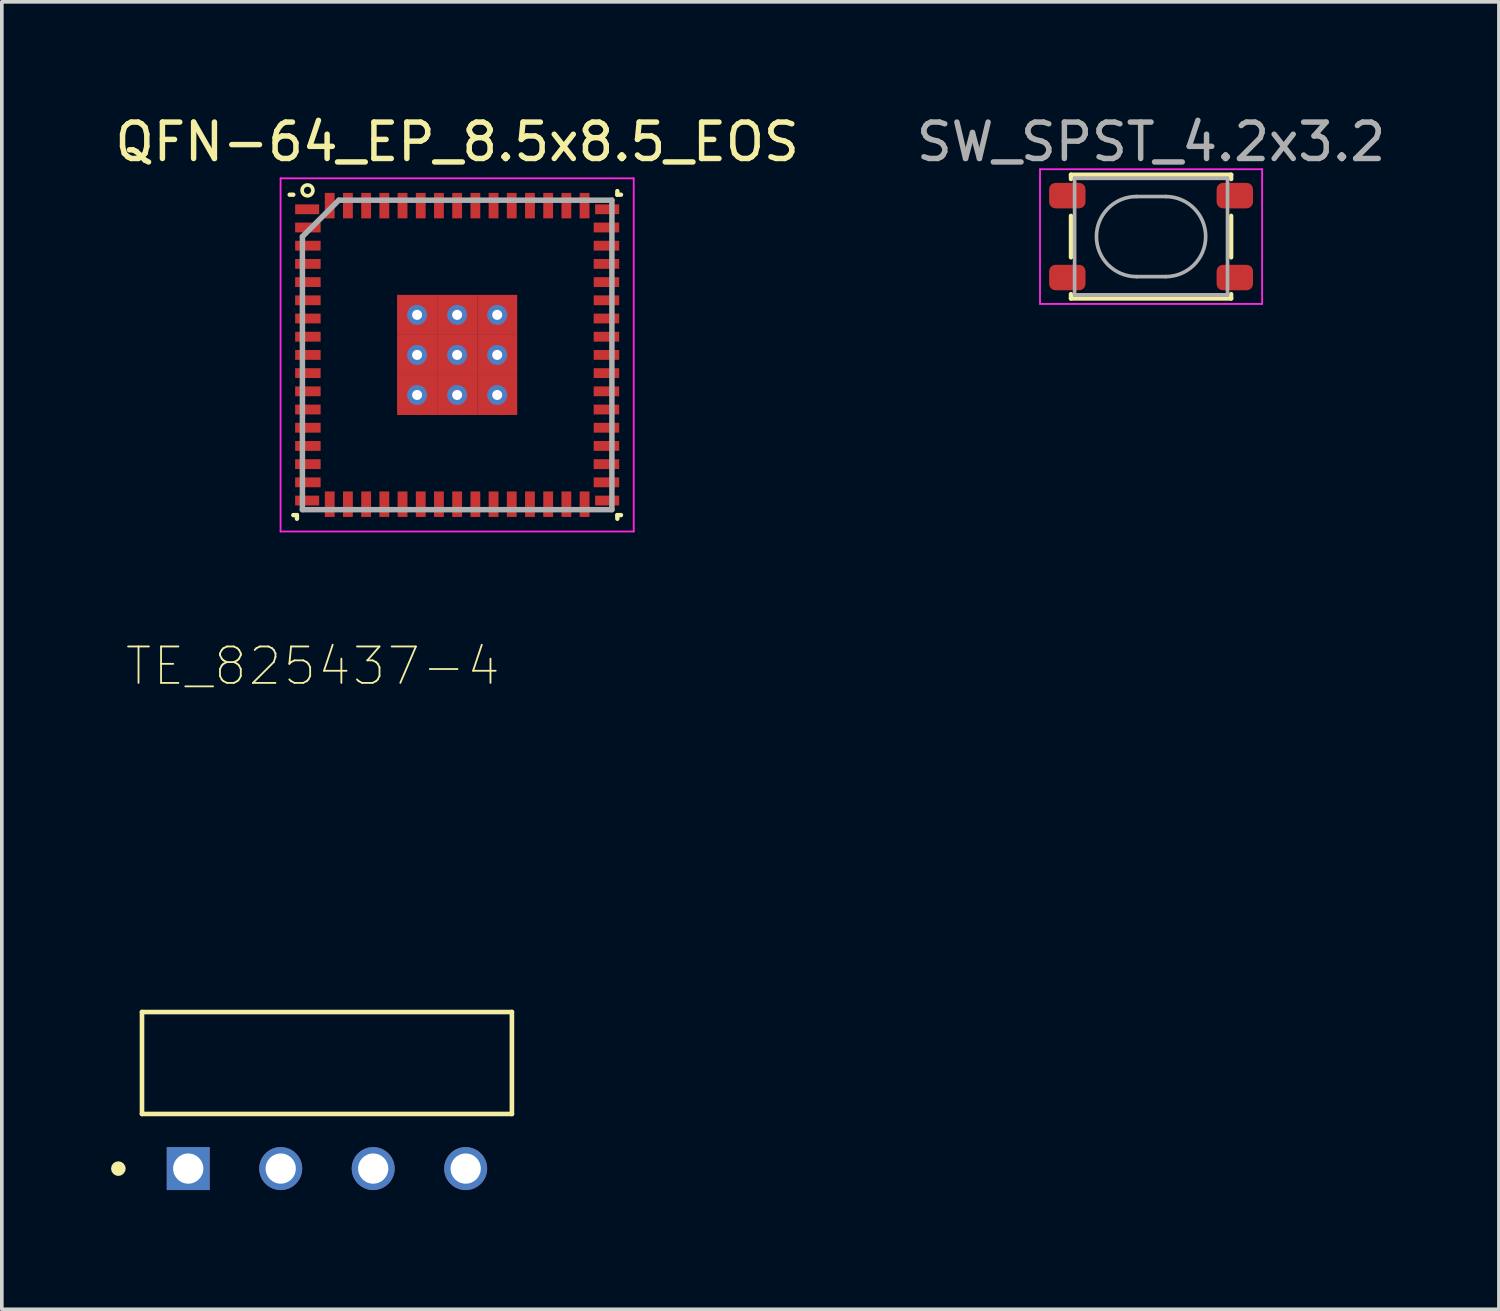
<source format=kicad_pcb>
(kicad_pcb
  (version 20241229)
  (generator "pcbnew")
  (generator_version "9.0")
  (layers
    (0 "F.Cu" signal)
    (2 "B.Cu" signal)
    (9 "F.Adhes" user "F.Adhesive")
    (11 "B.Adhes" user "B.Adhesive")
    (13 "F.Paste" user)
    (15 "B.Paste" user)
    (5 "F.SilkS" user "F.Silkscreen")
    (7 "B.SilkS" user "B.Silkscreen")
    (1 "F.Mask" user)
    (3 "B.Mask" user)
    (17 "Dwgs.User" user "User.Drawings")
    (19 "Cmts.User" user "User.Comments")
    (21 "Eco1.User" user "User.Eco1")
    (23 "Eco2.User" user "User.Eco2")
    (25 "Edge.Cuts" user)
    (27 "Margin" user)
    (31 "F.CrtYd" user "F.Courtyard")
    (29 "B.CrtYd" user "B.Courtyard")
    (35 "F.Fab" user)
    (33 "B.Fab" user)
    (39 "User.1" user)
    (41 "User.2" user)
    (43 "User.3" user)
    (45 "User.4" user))
  (footprint "SW_SPST_4.2x3.2"
    (layer "F.Cu")
    (at 28.565 3.448)
    (property "Reference" "SW_SPST_4.2x3.2" (at 0 -2.6 0) (layer "F.Fab") (effects (font (size 1 1) (thickness 0.15))))
    (attr smd)
    (fp_line (start -2.2 -1.7) (end -2.2 -1.58) (stroke (width 0.12) (type solid)) (layer "F.SilkS"))
    (fp_line (start -2.2 -0.57) (end -2.2 0.57) (stroke (width 0.12) (type solid)) (layer "F.SilkS"))
    (fp_line (start -2.2 1.58) (end -2.2 1.7) (stroke (width 0.12) (type solid)) (layer "F.SilkS"))
    (fp_line (start -2.2 1.7) (end 2.2 1.7) (stroke (width 0.12) (type solid)) (layer "F.SilkS"))
    (fp_line (start 2.2 -1.7) (end -2.2 -1.7) (stroke (width 0.12) (type solid)) (layer "F.SilkS"))
    (fp_line (start 2.2 -1.58) (end 2.2 -1.7) (stroke (width 0.12) (type solid)) (layer "F.SilkS"))
    (fp_line (start 2.2 0.57) (end 2.2 -0.57) (stroke (width 0.12) (type solid)) (layer "F.SilkS"))
    (fp_line (start 2.2 1.7) (end 2.2 1.58) (stroke (width 0.12) (type solid)) (layer "F.SilkS"))
    (fp_line (start -3.05 -1.85) (end 3.05 -1.85) (stroke (width 0.05) (type solid)) (layer "F.CrtYd"))
    (fp_line (start -3.05 1.85) (end -3.05 -1.85) (stroke (width 0.05) (type solid)) (layer "F.CrtYd"))
    (fp_line (start 3.05 -1.85) (end 3.05 1.85) (stroke (width 0.05) (type solid)) (layer "F.CrtYd"))
    (fp_line (start 3.05 1.85) (end -3.05 1.85) (stroke (width 0.05) (type solid)) (layer "F.CrtYd"))
    (fp_line (start -2.1 -1.6) (end -2.1 1.6) (stroke (width 0.1) (type solid)) (layer "F.Fab"))
    (fp_line (start -2.1 1.6) (end 2.1 1.6) (stroke (width 0.1) (type solid)) (layer "F.Fab"))
    (fp_line (start -0.4 -1.1) (end 0.4 -1.1) (stroke (width 0.1) (type solid)) (layer "F.Fab"))
    (fp_line (start 0.4 1.1) (end -0.4 1.1) (stroke (width 0.1) (type solid)) (layer "F.Fab"))
    (fp_line (start 2.1 -1.6) (end -2.1 -1.6) (stroke (width 0.1) (type solid)) (layer "F.Fab"))
    (fp_line (start 2.1 1.6) (end 2.1 -1.6) (stroke (width 0.1) (type solid)) (layer "F.Fab"))
    (fp_arc (start -0.4 1.1) (mid -1.5 0) (end -0.4 -1.1) (stroke (width 0.1) (type solid)) (layer "F.Fab"))
    (fp_arc (start 0.4 -1.1) (mid 1.5 0) (end 0.4 1.1) (stroke (width 0.1) (type solid)) (layer "F.Fab"))
    (pad "1" smd roundrect (at -2.3 1.125) (size 1 0.7) (layers "F.Cu" "F.Mask" "F.Paste") (roundrect_rratio 0.25))
    (pad "2" smd roundrect (at 2.3 1.125) (size 1 0.7) (layers "F.Cu" "F.Mask" "F.Paste") (roundrect_rratio 0.25))
    (pad "3" smd roundrect (at -2.3 -1.125) (size 1 0.7) (layers "F.Cu" "F.Mask" "F.Paste") (roundrect_rratio 0.25))
    (pad "4" smd roundrect (at 2.3 -1.125) (size 1 0.7) (layers "F.Cu" "F.Mask" "F.Paste") (roundrect_rratio 0.25)))
  (footprint "TE_825437-4"
    (layer "F.Cu")
    (at 5.93 29.046)
    (property "Reference" "TE_825437-4" (at -0.39 -13.8 0) (layer "F.SilkS") (effects (font (size 1 1) (thickness 0.05))))
    (attr through_hole)
    (fp_line (start -5.08 -1.5) (end -5.08 -4.3) (stroke (width 0.127) (type solid)) (layer "F.SilkS"))
    (fp_line (start 5.08 -4.3) (end -5.08 -4.3) (stroke (width 0.127) (type solid)) (layer "F.SilkS"))
    (fp_line (start 5.08 -4.3) (end 5.08 -1.5) (stroke (width 0.127) (type solid)) (layer "F.SilkS"))
    (fp_line (start 5.08 -1.5) (end -5.08 -1.5) (stroke (width 0.127) (type solid)) (layer "F.SilkS"))
    (fp_circle (center -5.73 0) (end -5.63 0) (stroke (width 0.2) (type solid)) (fill no) (layer "F.SilkS"))
    (fp_line (start -5.33 -12.75) (end 5.33 -12.75) (stroke (width 0.05) (type solid)) (layer "Eco1.User"))
    (fp_line (start -5.33 0.84) (end -5.33 -12.75) (stroke (width 0.05) (type solid)) (layer "Eco1.User"))
    (fp_line (start 5.33 -12.75) (end 5.33 0.84) (stroke (width 0.05) (type solid)) (layer "Eco1.User"))
    (fp_line (start 5.33 0.84) (end -5.33 0.84) (stroke (width 0.05) (type solid)) (layer "Eco1.User"))
    (fp_line (start -5.08 -12.5) (end 5.08 -12.5) (stroke (width 0.127) (type solid)) (layer "Eco2.User"))
    (fp_line (start -5.08 -4.3) (end 5.08 -4.3) (stroke (width 0.127) (type solid)) (layer "Eco2.User"))
    (fp_line (start -5.08 -1.5) (end -5.08 -12.5) (stroke (width 0.127) (type solid)) (layer "Eco2.User"))
    (fp_line (start -5.08 -1.5) (end -5.08 -4.3) (stroke (width 0.127) (type solid)) (layer "Eco2.User"))
    (fp_line (start 5.08 -12.5) (end 5.08 -1.5) (stroke (width 0.127) (type solid)) (layer "Eco2.User"))
    (fp_line (start 5.08 -4.3) (end 5.08 -1.5) (stroke (width 0.127) (type solid)) (layer "Eco2.User"))
    (fp_line (start 5.08 -1.5) (end -5.08 -1.5) (stroke (width 0.127) (type solid)) (layer "Eco2.User"))
    (fp_circle (center -5.73 0) (end -5.63 0) (stroke (width 0.2) (type solid)) (fill no) (layer "Eco2.User"))
    (pad "1" thru_hole rect (at -3.81 0) (size 1.18 1.18) (drill 0.83) (layers "*.Cu" "*.Mask"))
    (pad "2" thru_hole circle (at -1.27 0) (size 1.18 1.18) (drill 0.83) (layers "*.Cu" "*.Mask"))
    (pad "3" thru_hole circle (at 1.27 0) (size 1.18 1.18) (drill 0.83) (layers "*.Cu" "*.Mask"))
    (pad "4" thru_hole circle (at 3.81 0) (size 1.18 1.18) (drill 0.83) (layers "*.Cu" "*.Mask")))
  (footprint "QFN-64_EP_8.5x8.5_EOS"
    (layer "F.Cu")
    (at 9.506 6.698)
    (property "Reference" "QFN-64_EP_8.5x8.5_EOS" (at 0 -5.85 0) (layer "F.SilkS") (effects (font (size 1 1) (thickness 0.15))))
    (attr smd)
    (fp_line (start -4.5 -4.4) (end -4.6 -4.4) (stroke (width 0.12) (type solid)) (layer "F.SilkS"))
    (fp_line (start -4.5 4.4) (end -4.4 4.4) (stroke (width 0.12) (type solid)) (layer "F.SilkS"))
    (fp_line (start -4.4 4.4) (end -4.4 4.5) (stroke (width 0.12) (type solid)) (layer "F.SilkS"))
    (fp_line (start 4.4 -4.4) (end 4.4 -4.5) (stroke (width 0.12) (type solid)) (layer "F.SilkS"))
    (fp_line (start 4.4 4.4) (end 4.4 4.5) (stroke (width 0.12) (type solid)) (layer "F.SilkS"))
    (fp_line (start 4.5 -4.4) (end 4.4 -4.4) (stroke (width 0.12) (type solid)) (layer "F.SilkS"))
    (fp_line (start 4.5 4.4) (end 4.4 4.4) (stroke (width 0.12) (type solid)) (layer "F.SilkS"))
    (fp_circle (center -4.11 -4.519) (end -4.01 -4.409) (stroke (width 0.1) (type solid)) (fill no) (layer "F.SilkS"))
    (fp_line (start -4.85 -4.85) (end 4.85 -4.85) (stroke (width 0.05) (type solid)) (layer "F.CrtYd"))
    (fp_line (start -4.85 4.85) (end -4.85 -4.85) (stroke (width 0.05) (type solid)) (layer "F.CrtYd"))
    (fp_line (start 4.85 -4.85) (end 4.85 4.85) (stroke (width 0.05) (type solid)) (layer "F.CrtYd"))
    (fp_line (start 4.85 4.85) (end -4.85 4.85) (stroke (width 0.05) (type solid)) (layer "F.CrtYd"))
    (fp_line (start -4.25 -3.25) (end -4.25 4.25) (stroke (width 0.15) (type solid)) (layer "F.Fab"))
    (fp_line (start -4.25 4.25) (end 4.25 4.25) (stroke (width 0.15) (type solid)) (layer "F.Fab"))
    (fp_line (start -3.25 -4.25) (end -4.25 -3.25) (stroke (width 0.15) (type solid)) (layer "F.Fab"))
    (fp_line (start 4.25 -4.25) (end -3.25 -4.25) (stroke (width 0.15) (type solid)) (layer "F.Fab"))
    (fp_line (start 4.25 4.25) (end 4.25 -4.25) (stroke (width 0.15) (type solid)) (layer "F.Fab"))
    (pad "1" smd rect (at -4.12 -4 90) (size 0.27 0.66) (layers "F.Cu" "F.Mask" "F.Paste"))
    (pad "2" smd rect (at -4.1 -3.5 90) (size 0.27 0.7) (layers "F.Cu" "F.Mask" "F.Paste"))
    (pad "3" smd rect (at -4.1 -3 90) (size 0.27 0.7) (layers "F.Cu" "F.Mask" "F.Paste"))
    (pad "4" smd rect (at -4.1 -2.5 90) (size 0.27 0.7) (layers "F.Cu" "F.Mask" "F.Paste"))
    (pad "5" smd rect (at -4.1 -2 90) (size 0.27 0.7) (layers "F.Cu" "F.Mask" "F.Paste"))
    (pad "6" smd rect (at -4.1 -1.5 90) (size 0.27 0.7) (layers "F.Cu" "F.Mask" "F.Paste"))
    (pad "7" smd rect (at -4.1 -1 90) (size 0.27 0.7) (layers "F.Cu" "F.Mask" "F.Paste"))
    (pad "8" smd rect (at -4.1 -0.5 90) (size 0.27 0.7) (layers "F.Cu" "F.Mask" "F.Paste"))
    (pad "9" smd rect (at -4.1 0 90) (size 0.27 0.7) (layers "F.Cu" "F.Mask" "F.Paste"))
    (pad "10" smd rect (at -4.1 0.5 90) (size 0.27 0.7) (layers "F.Cu" "F.Mask" "F.Paste"))
    (pad "11" smd rect (at -4.1 1 90) (size 0.27 0.7) (layers "F.Cu" "F.Mask" "F.Paste"))
    (pad "12" smd rect (at -4.1 1.5 90) (size 0.27 0.7) (layers "F.Cu" "F.Mask" "F.Paste"))
    (pad "13" smd rect (at -4.1 2 90) (size 0.27 0.7) (layers "F.Cu" "F.Mask" "F.Paste"))
    (pad "14" smd rect (at -4.1 2.5 90) (size 0.27 0.7) (layers "F.Cu" "F.Mask" "F.Paste"))
    (pad "15" smd rect (at -4.1 3 90) (size 0.27 0.7) (layers "F.Cu" "F.Mask" "F.Paste"))
    (pad "16" smd rect (at -4.1 3.5 90) (size 0.27 0.7) (layers "F.Cu" "F.Mask" "F.Paste"))
    (pad "17" smd rect (at -4.12 4 90) (size 0.27 0.66) (layers "F.Cu" "F.Mask" "F.Paste"))
    (pad "18" smd rect (at -3.5 4.1) (size 0.27 0.7) (layers "F.Cu" "F.Mask" "F.Paste"))
    (pad "19" smd rect (at -3 4.1) (size 0.27 0.7) (layers "F.Cu" "F.Mask" "F.Paste"))
    (pad "20" smd rect (at -2.5 4.1) (size 0.27 0.7) (layers "F.Cu" "F.Mask" "F.Paste"))
    (pad "21" smd rect (at -2 4.1) (size 0.27 0.7) (layers "F.Cu" "F.Mask" "F.Paste"))
    (pad "22" smd rect (at -1.5 4.1) (size 0.27 0.7) (layers "F.Cu" "F.Mask" "F.Paste"))
    (pad "23" smd rect (at -1 4.1) (size 0.27 0.7) (layers "F.Cu" "F.Mask" "F.Paste"))
    (pad "24" smd rect (at -0.5 4.1) (size 0.27 0.7) (layers "F.Cu" "F.Mask" "F.Paste"))
    (pad "25" smd rect (at 0 4.1) (size 0.27 0.7) (layers "F.Cu" "F.Mask" "F.Paste"))
    (pad "26" smd rect (at 0.5 4.1) (size 0.27 0.7) (layers "F.Cu" "F.Mask" "F.Paste"))
    (pad "27" smd rect (at 1 4.1) (size 0.27 0.7) (layers "F.Cu" "F.Mask" "F.Paste"))
    (pad "28" smd rect (at 1.5 4.1) (size 0.27 0.7) (layers "F.Cu" "F.Mask" "F.Paste"))
    (pad "29" smd rect (at 2 4.1) (size 0.27 0.7) (layers "F.Cu" "F.Mask" "F.Paste"))
    (pad "30" smd rect (at 2.5 4.1) (size 0.27 0.7) (layers "F.Cu" "F.Mask" "F.Paste"))
    (pad "31" smd rect (at 3 4.1) (size 0.27 0.7) (layers "F.Cu" "F.Mask" "F.Paste"))
    (pad "32" smd rect (at 3.5 4.1) (size 0.27 0.7) (layers "F.Cu" "F.Mask" "F.Paste"))
    (pad "33" smd rect (at 4.12 4 90) (size 0.27 0.66) (layers "F.Cu" "F.Mask" "F.Paste"))
    (pad "34" smd rect (at 4.1 3.5 90) (size 0.27 0.7) (layers "F.Cu" "F.Mask" "F.Paste"))
    (pad "35" smd rect (at 4.1 3 90) (size 0.27 0.7) (layers "F.Cu" "F.Mask" "F.Paste"))
    (pad "36" smd rect (at 4.1 2.5 90) (size 0.27 0.7) (layers "F.Cu" "F.Mask" "F.Paste"))
    (pad "37" smd rect (at 4.1 2 90) (size 0.27 0.7) (layers "F.Cu" "F.Mask" "F.Paste"))
    (pad "38" smd rect (at 4.1 1.5 90) (size 0.27 0.7) (layers "F.Cu" "F.Mask" "F.Paste"))
    (pad "39" smd rect (at 4.1 1 90) (size 0.27 0.7) (layers "F.Cu" "F.Mask" "F.Paste"))
    (pad "40" smd rect (at 4.1 0.5 90) (size 0.27 0.7) (layers "F.Cu" "F.Mask" "F.Paste"))
    (pad "41" smd rect (at 4.1 0 90) (size 0.27 0.7) (layers "F.Cu" "F.Mask" "F.Paste"))
    (pad "42" smd rect (at 4.1 -0.5 90) (size 0.27 0.7) (layers "F.Cu" "F.Mask" "F.Paste"))
    (pad "43" smd rect (at 4.1 -1 90) (size 0.27 0.7) (layers "F.Cu" "F.Mask" "F.Paste"))
    (pad "44" smd rect (at 4.1 -1.5 90) (size 0.27 0.7) (layers "F.Cu" "F.Mask" "F.Paste"))
    (pad "45" smd rect (at 4.1 -2 90) (size 0.27 0.7) (layers "F.Cu" "F.Mask" "F.Paste"))
    (pad "46" smd rect (at 4.1 -2.5 90) (size 0.27 0.7) (layers "F.Cu" "F.Mask" "F.Paste"))
    (pad "47" smd rect (at 4.1 -3 90) (size 0.27 0.7) (layers "F.Cu" "F.Mask" "F.Paste"))
    (pad "48" smd rect (at 4.1 -3.5 90) (size 0.27 0.7) (layers "F.Cu" "F.Mask" "F.Paste"))
    (pad "49" smd rect (at 4.12 -4 90) (size 0.27 0.66) (layers "F.Cu" "F.Mask" "F.Paste"))
    (pad "50" smd rect (at 3.5 -4.1) (size 0.27 0.7) (layers "F.Cu" "F.Mask" "F.Paste"))
    (pad "51" smd rect (at 3 -4.1) (size 0.27 0.7) (layers "F.Cu" "F.Mask" "F.Paste"))
    (pad "52" smd rect (at 2.5 -4.1) (size 0.27 0.7) (layers "F.Cu" "F.Mask" "F.Paste"))
    (pad "53" smd rect (at 2 -4.1) (size 0.27 0.7) (layers "F.Cu" "F.Mask" "F.Paste"))
    (pad "54" smd rect (at 1.5 -4.1) (size 0.27 0.7) (layers "F.Cu" "F.Mask" "F.Paste"))
    (pad "55" smd rect (at 1 -4.1) (size 0.27 0.7) (layers "F.Cu" "F.Mask" "F.Paste"))
    (pad "56" smd rect (at 0.5 -4.1) (size 0.27 0.7) (layers "F.Cu" "F.Mask" "F.Paste"))
    (pad "57" smd rect (at 0 -4.1) (size 0.27 0.7) (layers "F.Cu" "F.Mask" "F.Paste"))
    (pad "58" smd rect (at -0.5 -4.1) (size 0.27 0.7) (layers "F.Cu" "F.Mask" "F.Paste"))
    (pad "59" smd rect (at -1 -4.1) (size 0.27 0.7) (layers "F.Cu" "F.Mask" "F.Paste"))
    (pad "60" smd rect (at -1.5 -4.1) (size 0.27 0.7) (layers "F.Cu" "F.Mask" "F.Paste"))
    (pad "61" smd rect (at -2 -4.1) (size 0.27 0.7) (layers "F.Cu" "F.Mask" "F.Paste"))
    (pad "62" smd rect (at -2.5 -4.1) (size 0.27 0.7) (layers "F.Cu" "F.Mask" "F.Paste"))
    (pad "63" smd rect (at -3 -4.1) (size 0.27 0.7) (layers "F.Cu" "F.Mask" "F.Paste"))
    (pad "64" smd rect (at -3.5 -4.1) (size 0.27 0.7) (layers "F.Cu" "F.Mask" "F.Paste"))
    (pad "69" thru_hole circle (at -1.1 -1.1) (size 0.55 0.55) (drill 0.275) (layers "*.Cu" "*.Mask"))
    (pad "69" smd rect (at -1.1 -1.1) (size 1.1 1.1) (layers "F.Cu" "F.Mask" "F.Paste"))
    (pad "69" thru_hole circle (at -1.1 0) (size 0.55 0.55) (drill 0.275) (layers "*.Cu" "*.Mask"))
    (pad "69" smd rect (at -1.1 0) (size 1.1 1.1) (layers "F.Cu" "F.Mask" "F.Paste"))
    (pad "69" thru_hole circle (at -1.1 1.1) (size 0.55 0.55) (drill 0.275) (layers "*.Cu" "*.Mask"))
    (pad "69" smd rect (at -1.1 1.1) (size 1.1 1.1) (layers "F.Cu" "F.Mask" "F.Paste"))
    (pad "69" thru_hole circle (at 0 -1.1) (size 0.55 0.55) (drill 0.275) (layers "*.Cu" "*.Mask"))
    (pad "69" smd rect (at 0 -1.1) (size 1.1 1.1) (layers "F.Cu" "F.Mask" "F.Paste"))
    (pad "69" thru_hole circle (at 0 0) (size 0.55 0.55) (drill 0.275) (layers "*.Cu" "*.Mask"))
    (pad "69" smd rect (at 0 0) (size 1.1 1.1) (layers "F.Cu" "F.Mask" "F.Paste"))
    (pad "69" thru_hole circle (at 0 1.1) (size 0.55 0.55) (drill 0.275) (layers "*.Cu" "*.Mask"))
    (pad "69" smd rect (at 0 1.1) (size 1.1 1.1) (layers "F.Cu" "F.Mask" "F.Paste"))
    (pad "69" thru_hole circle (at 1.1 -1.1) (size 0.55 0.55) (drill 0.275) (layers "*.Cu" "*.Mask"))
    (pad "69" smd rect (at 1.1 -1.1) (size 1.1 1.1) (layers "F.Cu" "F.Mask" "F.Paste"))
    (pad "69" thru_hole circle (at 1.1 0) (size 0.55 0.55) (drill 0.275) (layers "*.Cu" "*.Mask"))
    (pad "69" smd rect (at 1.1 0) (size 1.1 1.1) (layers "F.Cu" "F.Mask" "F.Paste"))
    (pad "69" thru_hole circle (at 1.1 1.1) (size 0.55 0.55) (drill 0.275) (layers "*.Cu" "*.Mask"))
    (pad "69" smd rect (at 1.1 1.1) (size 1.1 1.1) (layers "F.Cu" "F.Mask" "F.Paste")))
  (gr_rect
    (start -3 -3)
    (end 38.119 32.911)
    (stroke (width 0.1) (type default))
    (fill no)
    (layer "Edge.Cuts")))
</source>
